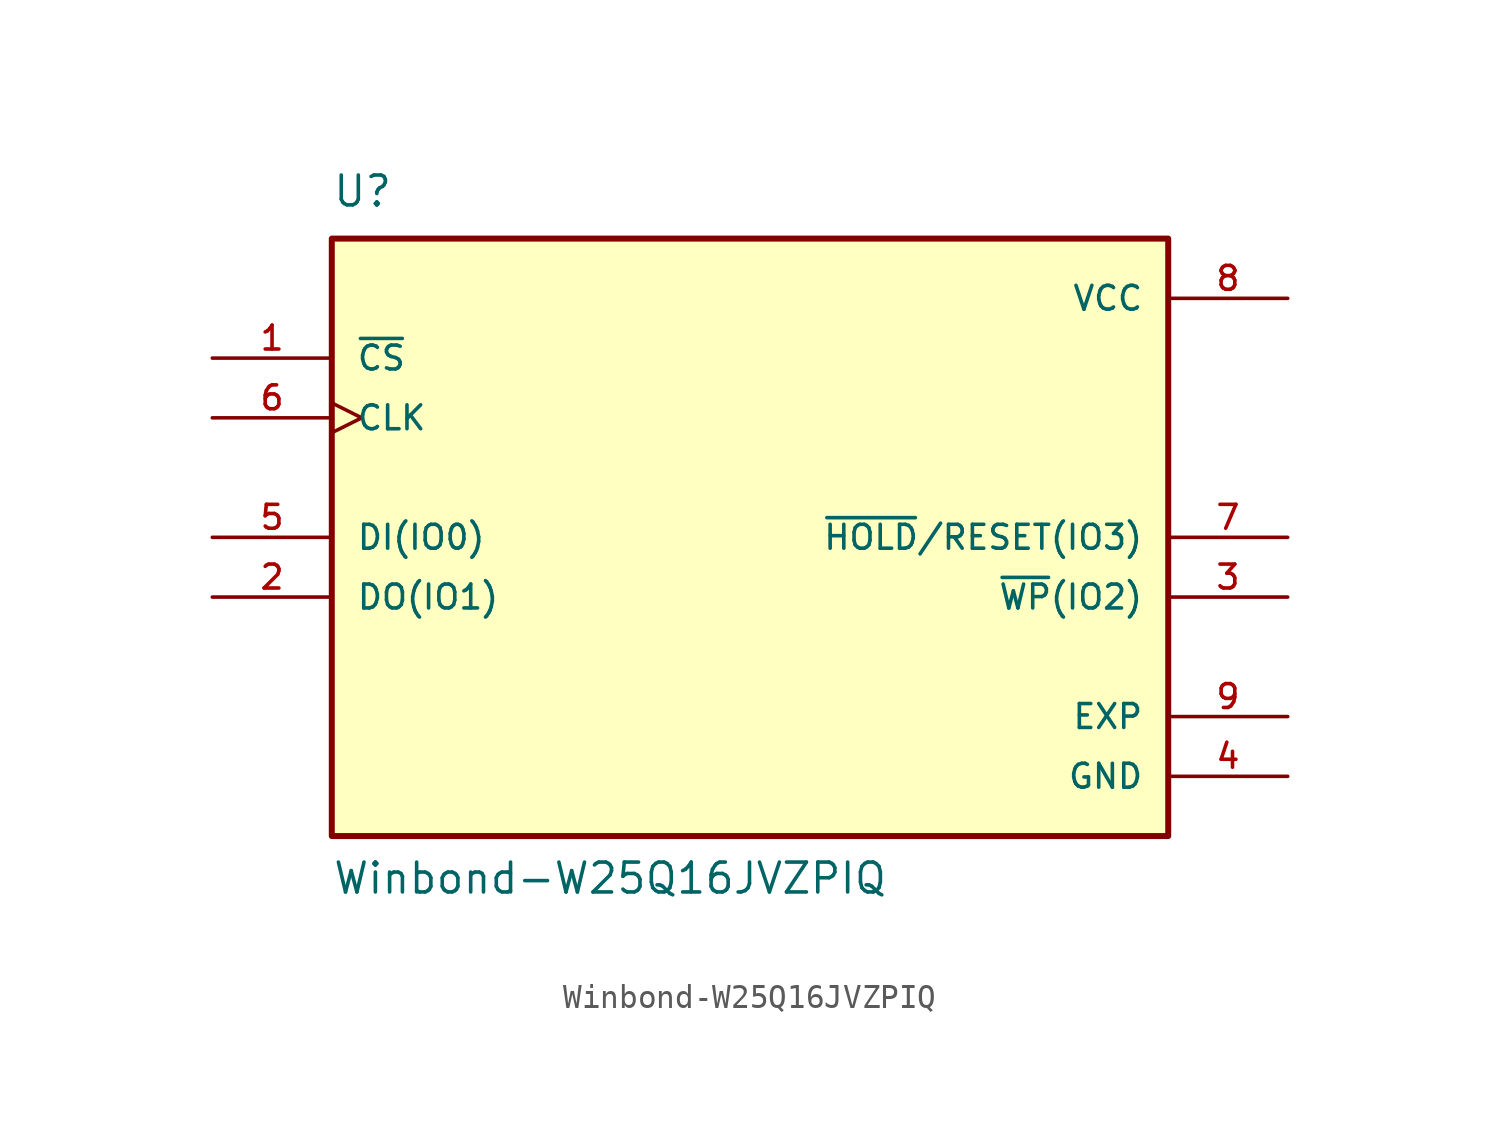
<source format=kicad_sym>
(kicad_symbol_lib
  (version 20231120)
  (generator "kicad_symbol_editor")
  (generator_version "8.0")
  (symbol "Winbond-W25Q16JVZPIQ"
    (pin_names
      (offset 1.016))
    (property "Reference" "U"
      (at -17.78 13.97 0)
      (effects (font (size 1.27 1.27)) (justify left bottom)))
    (property "Value" "Winbond-W25Q16JVZPIQ"
      (at -17.78 -15.24 0)
      (effects (font (size 1.27 1.27)) (justify left bottom)))
    (symbol "Winbond-W25Q16JVZPIQ_0_0"
      (rectangle (start -17.78 12.7) (end 17.78 -12.7) (stroke (width 0.254) (type default)) (fill (type background)))
      (pin input line (at -22.86 7.62 0) (length 5.08) (name "~{CS}" (effects (font (size 1.016 1.016)))) (number "1" (effects (font (size 1.016 1.016)))))
      (pin bidirectional line (at -22.86 -2.54 0) (length 5.08) (name "DO(IO1)" (effects (font (size 1.016 1.016)))) (number "2" (effects (font (size 1.016 1.016)))))
      (pin bidirectional line (at 22.86 -2.54 180) (length 5.08) (name "~{WP}(IO2)" (effects (font (size 1.016 1.016)))) (number "3" (effects (font (size 1.016 1.016)))))
      (pin power_in line (at 22.86 -10.16 180) (length 5.08) (name "GND" (effects (font (size 1.016 1.016)))) (number "4" (effects (font (size 1.016 1.016)))))
      (pin bidirectional line (at -22.86 0 0) (length 5.08) (name "DI(IO0)" (effects (font (size 1.016 1.016)))) (number "5" (effects (font (size 1.016 1.016)))))
      (pin input clock (at -22.86 5.08 0) (length 5.08) (name "CLK" (effects (font (size 1.016 1.016)))) (number "6" (effects (font (size 1.016 1.016)))))
      (pin bidirectional line (at 22.86 0 180) (length 5.08) (name "~{HOLD}/RESET(IO3)" (effects (font (size 1.016 1.016)))) (number "7" (effects (font (size 1.016 1.016)))))
      (pin power_in line (at 22.86 10.16 180) (length 5.08) (name "VCC" (effects (font (size 1.016 1.016)))) (number "8" (effects (font (size 1.016 1.016)))))
      (pin passive line (at 22.86 -7.62 180) (length 5.08) (name "EXP" (effects (font (size 1.016 1.016)))) (number "9" (effects (font (size 1.016 1.016))))))))
</source>
